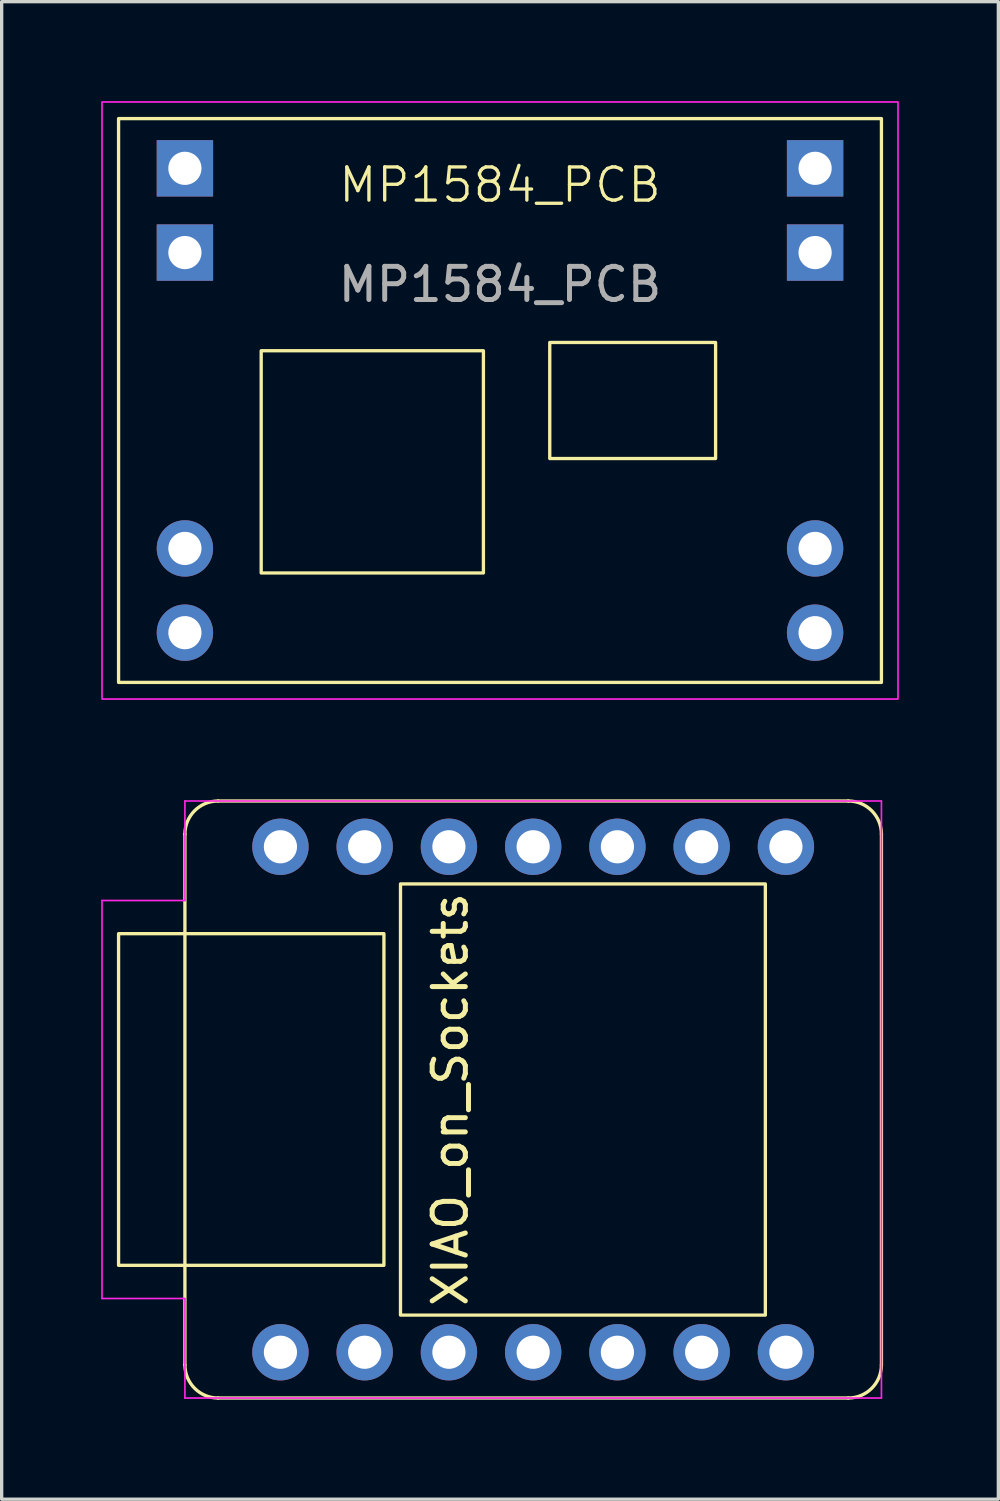
<source format=kicad_pcb>
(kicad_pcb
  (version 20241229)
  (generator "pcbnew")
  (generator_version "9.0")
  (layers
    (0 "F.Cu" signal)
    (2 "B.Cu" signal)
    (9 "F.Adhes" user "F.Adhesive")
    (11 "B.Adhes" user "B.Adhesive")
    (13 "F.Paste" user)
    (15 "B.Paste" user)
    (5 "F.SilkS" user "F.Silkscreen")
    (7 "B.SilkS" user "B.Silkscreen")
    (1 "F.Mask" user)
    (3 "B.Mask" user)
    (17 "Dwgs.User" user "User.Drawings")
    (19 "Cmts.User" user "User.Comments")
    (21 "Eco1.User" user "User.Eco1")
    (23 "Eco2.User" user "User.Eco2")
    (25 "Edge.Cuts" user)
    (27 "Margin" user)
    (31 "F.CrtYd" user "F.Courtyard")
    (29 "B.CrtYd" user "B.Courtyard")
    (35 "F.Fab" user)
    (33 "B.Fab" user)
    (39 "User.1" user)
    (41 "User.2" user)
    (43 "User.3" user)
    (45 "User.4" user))
  (footprint "MP1584_PCB"
    (layer "F.Cu")
    (at 12.025 9.025)
    (property "Reference" "MP1584_PCB" (at 0 -6.5 0) (unlocked yes) (layer "F.SilkS") (effects (font (size 1 1) (thickness 0.1))))
    (attr smd)
    (fp_rect (start -11.5 -8.5) (end 11.5 8.5) (stroke (width 0.1) (type solid)) (fill no) (layer "F.SilkS"))
    (fp_rect (start -0.5 -1.5) (end -7.2 5.2) (stroke (width 0.1) (type solid)) (fill no) (layer "F.SilkS"))
    (fp_rect (start 1.5 -1.75) (end 6.5 1.75) (stroke (width 0.1) (type solid)) (fill no) (layer "F.SilkS"))
    (fp_rect (start -12 -9) (end 12 9) (stroke (width 0.05) (type default)) (fill no) (layer "F.CrtYd"))
    (fp_text user "${REFERENCE}" (at 0 -3.5 0) (unlocked yes) (layer "F.Fab") (effects (font (size 1 1) (thickness 0.15))))
    (pad "1" thru_hole rect (at 9.5 -7) (size 1.7 1.7) (drill 1) (layers "*.Cu" "*.Mask"))
    (pad "2" thru_hole rect (at 9.5 -4.46) (size 1.7 1.7) (drill 1) (layers "*.Cu" "*.Mask"))
    (pad "3" thru_hole circle (at 9.5 4.46) (size 1.7 1.7) (drill 1) (layers "*.Cu" "*.Mask"))
    (pad "4" thru_hole circle (at 9.5 7) (size 1.7 1.7) (drill 1) (layers "*.Cu" "*.Mask"))
    (pad "5" thru_hole circle (at -9.5 7) (size 1.7 1.7) (drill 1) (layers "*.Cu" "*.Mask"))
    (pad "6" thru_hole circle (at -9.5 4.46) (size 1.7 1.7) (drill 1) (layers "*.Cu" "*.Mask"))
    (pad "7" thru_hole rect (at -9.5 -4.46) (size 1.7 1.7) (drill 1) (layers "*.Cu" "*.Mask"))
    (pad "8" thru_hole rect (at -9.5 -7) (size 1.7 1.7) (drill 1) (layers "*.Cu" "*.Mask")))
  (footprint "XIAO_on_Sockets"
    (layer "F.Cu")
    (at 13.025 30.1)
    (property "Reference" "XIAO_on_Sockets" (at -2.5 0 90) (layer "F.SilkS") (effects (font (size 1 1) (thickness 0.15))))
    (attr through_hole)
    (fp_line (start -10.5 -8) (end -10.5 8) (stroke (width 0.1) (type default)) (layer "F.SilkS"))
    (fp_line (start 9.5 -9) (end -9.5 -9) (stroke (width 0.1) (type default)) (layer "F.SilkS"))
    (fp_line (start 9.5 9) (end -9.5 9) (stroke (width 0.1) (type default)) (layer "F.SilkS"))
    (fp_line (start 10.5 -8) (end 10.5 8) (stroke (width 0.1) (type default)) (layer "F.SilkS"))
    (fp_rect (start -12.5 -5) (end -4.5 5) (stroke (width 0.1) (type default)) (fill no) (layer "F.SilkS"))
    (fp_rect (start -4 -6.5) (end 7 6.5) (stroke (width 0.1) (type default)) (fill no) (layer "F.SilkS"))
    (fp_arc (start -10.5 -8) (mid -10.207107 -8.707107) (end -9.5 -9) (stroke (width 0.1) (type default)) (layer "F.SilkS"))
    (fp_arc (start -9.5 9) (mid -10.207107 8.707107) (end -10.5 8) (stroke (width 0.1) (type default)) (layer "F.SilkS"))
    (fp_arc (start 9.5 -9) (mid 10.207107 -8.707107) (end 10.5 -8) (stroke (width 0.1) (type default)) (layer "F.SilkS"))
    (fp_arc (start 10.5 8) (mid 10.207107 8.707107) (end 9.5 9) (stroke (width 0.1) (type default)) (layer "F.SilkS"))
    (fp_line (start -13 -6) (end -10.5 -6) (stroke (width 0.05) (type default)) (layer "F.CrtYd"))
    (fp_line (start -13 6) (end -13 -6) (stroke (width 0.05) (type default)) (layer "F.CrtYd"))
    (fp_line (start -10.5 -9) (end 10.5 -9) (stroke (width 0.05) (type default)) (layer "F.CrtYd"))
    (fp_line (start -10.5 -6) (end -10.5 -9) (stroke (width 0.05) (type default)) (layer "F.CrtYd"))
    (fp_line (start -10.5 6) (end -13 6) (stroke (width 0.05) (type default)) (layer "F.CrtYd"))
    (fp_line (start -10.5 9) (end -10.5 6) (stroke (width 0.05) (type default)) (layer "F.CrtYd"))
    (fp_line (start 10.5 -9) (end 10.5 9) (stroke (width 0.05) (type default)) (layer "F.CrtYd"))
    (fp_line (start 10.5 9) (end -10.5 9) (stroke (width 0.05) (type default)) (layer "F.CrtYd"))
    (pad "1" thru_hole circle (at -7.62 7.62) (size 1.7 1.7) (drill 1) (layers "*.Cu" "*.Mask"))
    (pad "2" thru_hole circle (at -5.08 7.62) (size 1.7 1.7) (drill 1) (layers "*.Cu" "*.Mask"))
    (pad "3" thru_hole circle (at -2.54 7.62) (size 1.7 1.7) (drill 1) (layers "*.Cu" "*.Mask"))
    (pad "4" thru_hole circle (at 0 7.62) (size 1.7 1.7) (drill 1) (layers "*.Cu" "*.Mask"))
    (pad "5" thru_hole circle (at 2.54 7.62) (size 1.7 1.7) (drill 1) (layers "*.Cu" "*.Mask"))
    (pad "6" thru_hole circle (at 5.08 7.62) (size 1.7 1.7) (drill 1) (layers "*.Cu" "*.Mask"))
    (pad "7" thru_hole circle (at 7.62 7.62) (size 1.7 1.7) (drill 1) (layers "*.Cu" "*.Mask"))
    (pad "8" thru_hole circle (at 7.62 -7.62) (size 1.7 1.7) (drill 1) (layers "*.Cu" "*.Mask"))
    (pad "9" thru_hole circle (at 5.08 -7.62) (size 1.7 1.7) (drill 1) (layers "*.Cu" "*.Mask"))
    (pad "10" thru_hole circle (at 2.54 -7.62) (size 1.7 1.7) (drill 1) (layers "*.Cu" "*.Mask"))
    (pad "11" thru_hole circle (at 0 -7.62) (size 1.7 1.7) (drill 1) (layers "*.Cu" "*.Mask"))
    (pad "12" thru_hole circle (at -2.54 -7.62) (size 1.7 1.7) (drill 1) (layers "*.Cu" "*.Mask"))
    (pad "13" thru_hole circle (at -5.08 -7.62) (size 1.7 1.7) (drill 1) (layers "*.Cu" "*.Mask"))
    (pad "14" thru_hole circle (at -7.62 -7.62) (size 1.7 1.7) (drill 1) (layers "*.Cu" "*.Mask")))
  (gr_rect
    (start -3 -3)
    (end 27.05 42.15)
    (stroke (width 0.1) (type default))
    (fill no)
    (layer "Edge.Cuts")))
</source>
